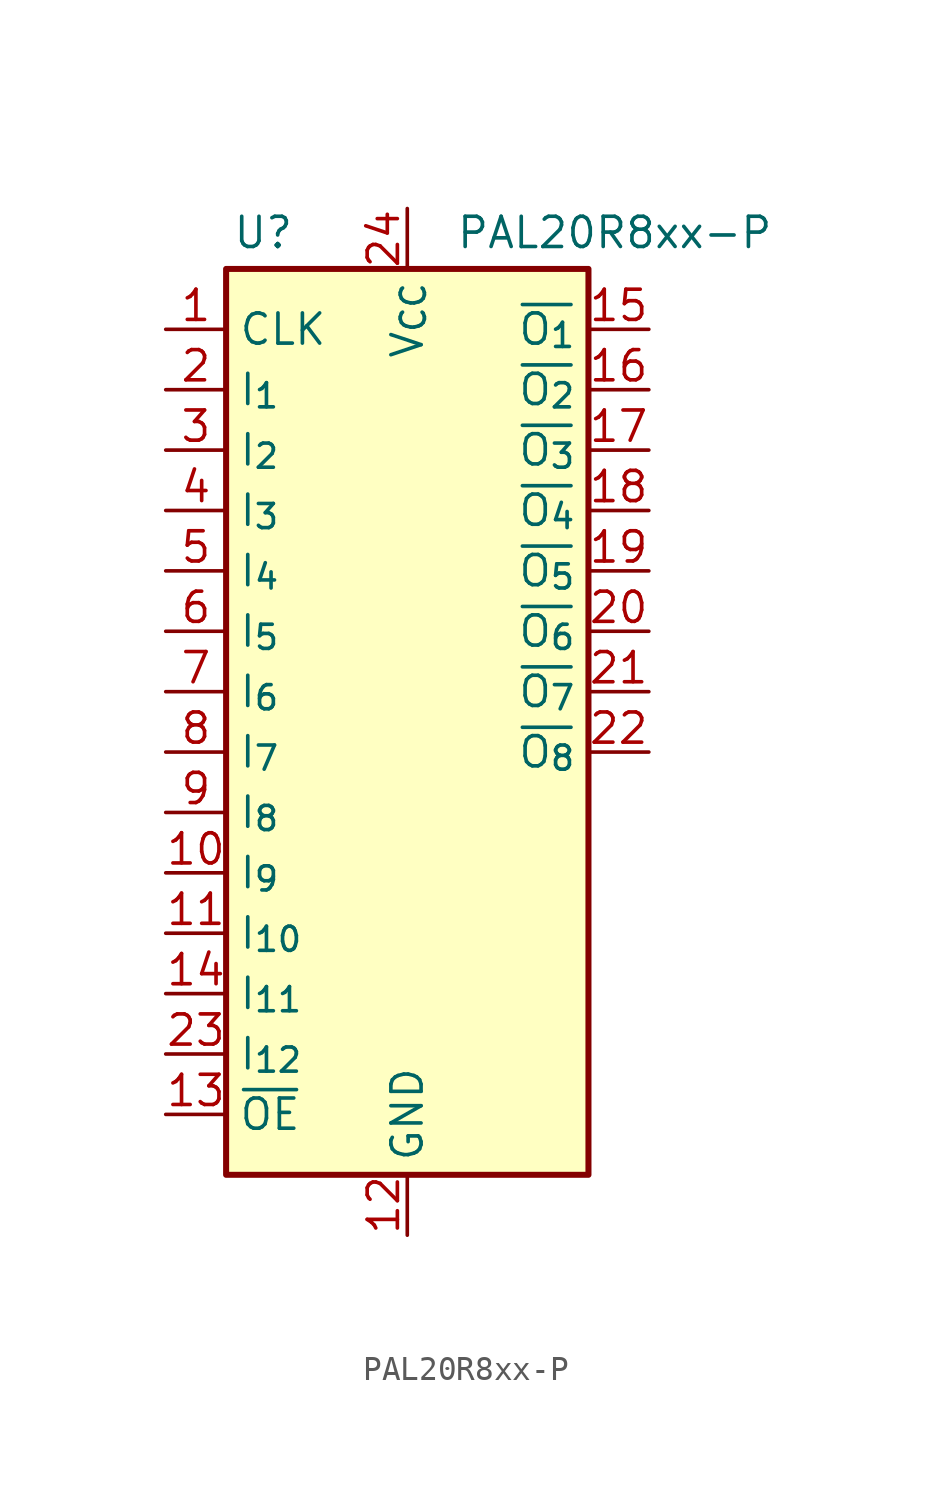
<source format=kicad_sym>
(kicad_symbol_lib
  (version 20241209)
  (generator "kicad_symbol_editor")
  (generator_version "9.0")
  (symbol "PAL20R8xx-P"
    (property "Reference" "U"
      (at -7.366 21.844 0)
      (effects (font (size 1.27 1.27)) (justify left)))
    (property "Value" "PAL20R8xx-P"
      (at 2.032 21.844 0)
      (effects (font (size 1.27 1.27)) (justify left)))
    (symbol "PAL20R8xx-P_0_0"
      (pin power_in line (at 0 -20.32 90) (length 2.54) (name "GND" (effects (font (size 1.27 1.27)))) (number "12" (effects (font (size 1.27 1.27))))))
    (symbol "PAL20R8xx-P_0_1"
      (rectangle (start -7.62 20.32) (end 7.62 -17.78) (stroke (width 0.254) (type default)) (fill (type background))))
    (symbol "PAL20R8xx-P_1_0"
      (pin power_in line (at 0 22.86 270) (length 2.54) (name "V_{CC}" (effects (font (size 1.27 1.27)))) (number "24" (effects (font (size 1.27 1.27))))))
    (symbol "PAL20R8xx-P_1_1"
      (pin input line (at -10.16 17.78 0) (length 2.54) (name "CLK" (effects (font (size 1.27 1.27)))) (number "1" (effects (font (size 1.27 1.27)))))
      (pin input line (at -10.16 15.24 0) (length 2.54) (name "I_{1}" (effects (font (size 1.27 1.27)))) (number "2" (effects (font (size 1.27 1.27)))))
      (pin input line (at -10.16 12.7 0) (length 2.54) (name "I_{2}" (effects (font (size 1.27 1.27)))) (number "3" (effects (font (size 1.27 1.27)))))
      (pin input line (at -10.16 10.16 0) (length 2.54) (name "I_{3}" (effects (font (size 1.27 1.27)))) (number "4" (effects (font (size 1.27 1.27)))))
      (pin input line (at -10.16 7.62 0) (length 2.54) (name "I_{4}" (effects (font (size 1.27 1.27)))) (number "5" (effects (font (size 1.27 1.27)))))
      (pin input line (at -10.16 5.08 0) (length 2.54) (name "I_{5}" (effects (font (size 1.27 1.27)))) (number "6" (effects (font (size 1.27 1.27)))))
      (pin input line (at -10.16 2.54 0) (length 2.54) (name "I_{6}" (effects (font (size 1.27 1.27)))) (number "7" (effects (font (size 1.27 1.27)))))
      (pin input line (at -10.16 0 0) (length 2.54) (name "I_{7}" (effects (font (size 1.27 1.27)))) (number "8" (effects (font (size 1.27 1.27)))))
      (pin input line (at -10.16 -2.54 0) (length 2.54) (name "I_{8}" (effects (font (size 1.27 1.27)))) (number "9" (effects (font (size 1.27 1.27)))))
      (pin input line (at -10.16 -5.08 0) (length 2.54) (name "I_{9}" (effects (font (size 1.27 1.27)))) (number "10" (effects (font (size 1.27 1.27)))))
      (pin input line (at -10.16 -7.62 0) (length 2.54) (name "I_{10}" (effects (font (size 1.27 1.27)))) (number "11" (effects (font (size 1.27 1.27)))))
      (pin input line (at -10.16 -10.16 0) (length 2.54) (name "I_{11}" (effects (font (size 1.27 1.27)))) (number "14" (effects (font (size 1.27 1.27)))))
      (pin input line (at -10.16 -12.7 0) (length 2.54) (name "I_{12}" (effects (font (size 1.27 1.27)))) (number "23" (effects (font (size 1.27 1.27)))))
      (pin input line (at -10.16 -15.24 0) (length 2.54) (name "~{OE}" (effects (font (size 1.27 1.27)))) (number "13" (effects (font (size 1.27 1.27)))))
      (pin tri_state line (at 10.16 17.78 180) (length 2.54) (name "~{O_{1}}" (effects (font (size 1.27 1.27)))) (number "15" (effects (font (size 1.27 1.27)))))
      (pin tri_state line (at 10.16 15.24 180) (length 2.54) (name "~{O_{2}}" (effects (font (size 1.27 1.27)))) (number "16" (effects (font (size 1.27 1.27)))))
      (pin tri_state line (at 10.16 12.7 180) (length 2.54) (name "~{O_{3}}" (effects (font (size 1.27 1.27)))) (number "17" (effects (font (size 1.27 1.27)))))
      (pin tri_state line (at 10.16 10.16 180) (length 2.54) (name "~{O_{4}}" (effects (font (size 1.27 1.27)))) (number "18" (effects (font (size 1.27 1.27)))))
      (pin tri_state line (at 10.16 7.62 180) (length 2.54) (name "~{O_{5}}" (effects (font (size 1.27 1.27)))) (number "19" (effects (font (size 1.27 1.27)))))
      (pin tri_state line (at 10.16 5.08 180) (length 2.54) (name "~{O_{6}}" (effects (font (size 1.27 1.27)))) (number "20" (effects (font (size 1.27 1.27)))))
      (pin tri_state line (at 10.16 2.54 180) (length 2.54) (name "~{O_{7}}" (effects (font (size 1.27 1.27)))) (number "21" (effects (font (size 1.27 1.27)))))
      (pin tri_state line (at 10.16 0 180) (length 2.54) (name "~{O_{8}}" (effects (font (size 1.27 1.27)))) (number "22" (effects (font (size 1.27 1.27))))))))
</source>
